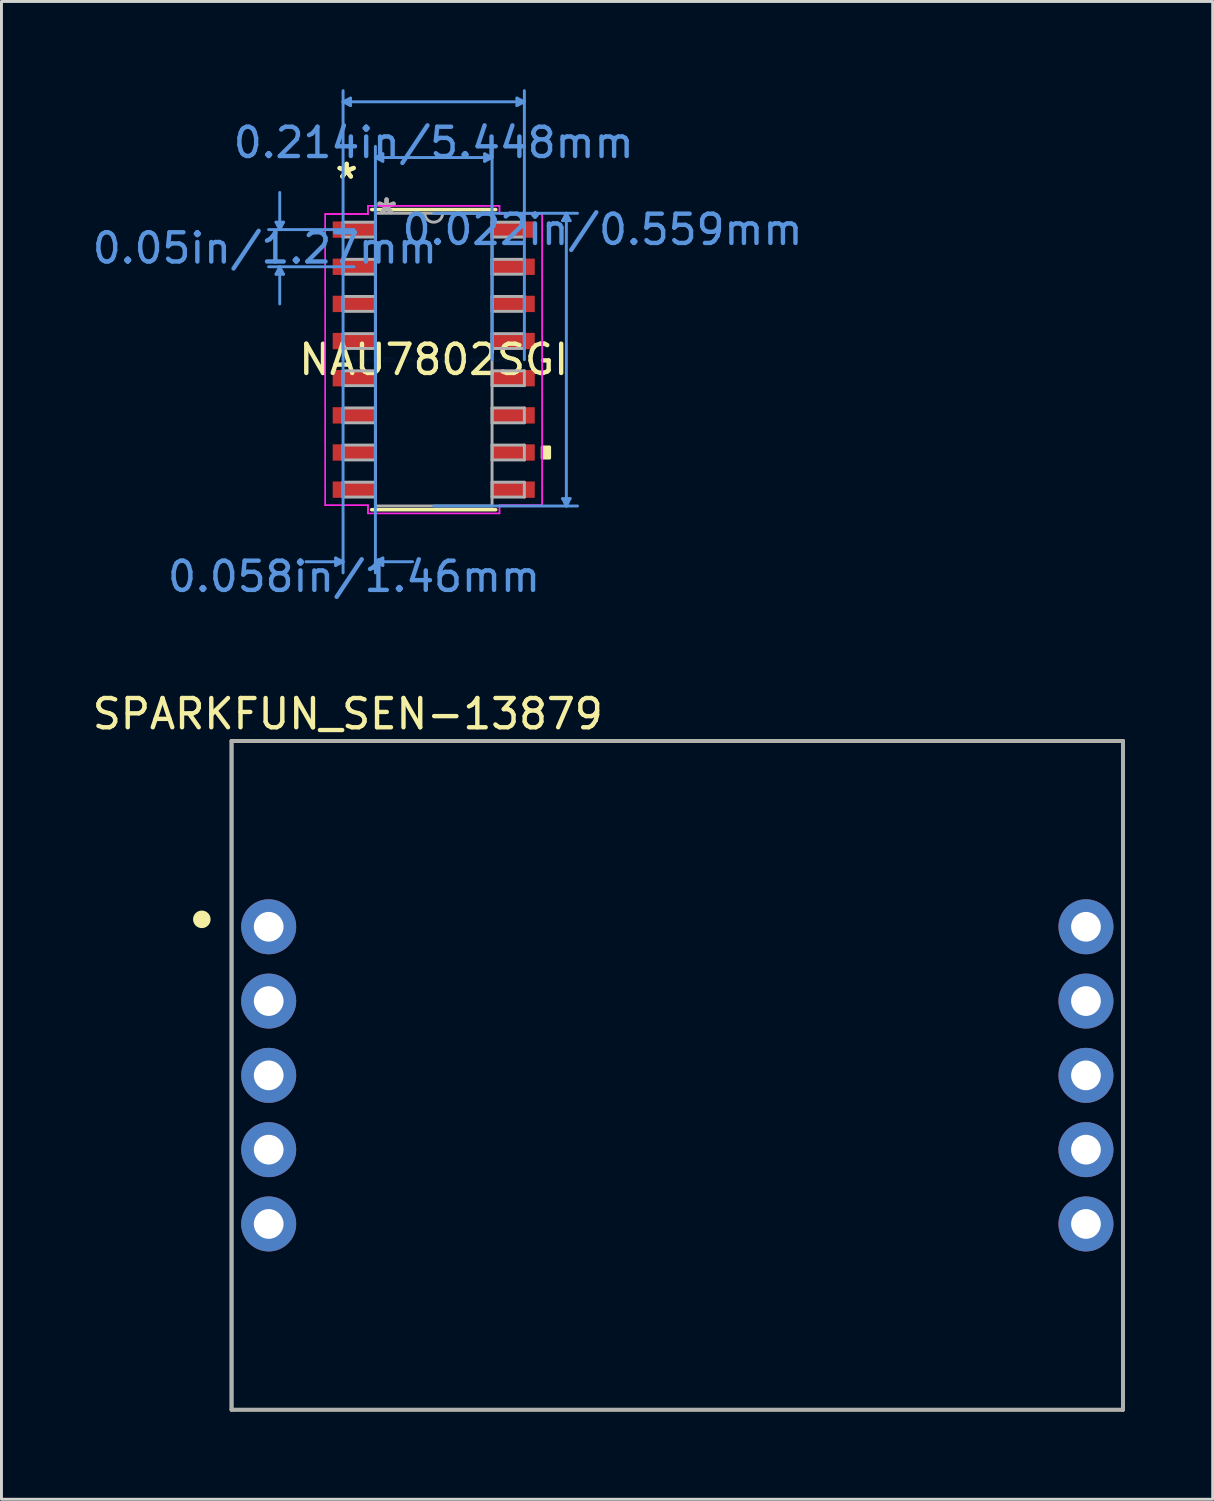
<source format=kicad_pcb>
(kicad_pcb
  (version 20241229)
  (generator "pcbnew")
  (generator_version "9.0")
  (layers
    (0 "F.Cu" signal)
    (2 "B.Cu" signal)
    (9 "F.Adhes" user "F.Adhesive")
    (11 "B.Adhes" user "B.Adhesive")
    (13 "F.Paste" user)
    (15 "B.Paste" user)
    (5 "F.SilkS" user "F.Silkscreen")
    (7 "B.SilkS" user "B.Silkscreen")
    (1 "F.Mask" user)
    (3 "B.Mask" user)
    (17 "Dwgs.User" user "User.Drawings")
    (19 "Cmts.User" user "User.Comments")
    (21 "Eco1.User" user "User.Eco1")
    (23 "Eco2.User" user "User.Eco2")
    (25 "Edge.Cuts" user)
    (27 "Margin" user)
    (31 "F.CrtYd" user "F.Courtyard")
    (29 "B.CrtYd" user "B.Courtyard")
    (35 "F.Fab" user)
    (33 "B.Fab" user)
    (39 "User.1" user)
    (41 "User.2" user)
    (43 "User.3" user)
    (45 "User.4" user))
  (footprint "SPARKFUN_SEN-13879"
    (layer "F.Cu")
    (at 20.106 33.714)
    (property "Reference" "SPARKFUN_SEN-13879" (at -11.266 -12.356 0) (layer "F.SilkS") (effects (font (size 1 1) (thickness 0.15))))
    (attr through_hole)
    (fp_line (start -15.24 -11.43) (end 15.24 -11.43) (stroke (width 0.127) (type solid)) (layer "F.SilkS"))
    (fp_line (start -15.24 11.43) (end -15.24 -11.43) (stroke (width 0.127) (type solid)) (layer "F.SilkS"))
    (fp_line (start 15.24 -11.43) (end 15.24 11.43) (stroke (width 0.127) (type solid)) (layer "F.SilkS"))
    (fp_line (start 15.24 11.43) (end -15.24 11.43) (stroke (width 0.127) (type solid)) (layer "F.SilkS"))
    (fp_circle (center -16.256 -5.334) (end -16.106 -5.334) (stroke (width 0.3) (type solid)) (fill no) (layer "F.SilkS"))
    (fp_line (start -15.24 -11.43) (end 15.24 -11.43) (stroke (width 0.127) (type solid)) (layer "F.Fab"))
    (fp_line (start -15.24 11.43) (end -15.24 -11.43) (stroke (width 0.127) (type solid)) (layer "F.Fab"))
    (fp_line (start 15.24 -11.43) (end 15.24 11.43) (stroke (width 0.127) (type solid)) (layer "F.Fab"))
    (fp_line (start 15.24 11.43) (end -15.24 11.43) (stroke (width 0.127) (type solid)) (layer "F.Fab"))
    (pad "1" thru_hole circle (at -13.97 -5.08) (size 1.88 1.88) (drill 1.016) (layers "*.Cu" "*.Mask"))
    (pad "2" thru_hole circle (at -13.97 -2.54) (size 1.88 1.88) (drill 1.016) (layers "*.Cu" "*.Mask"))
    (pad "3" thru_hole circle (at -13.97 0) (size 1.88 1.88) (drill 1.016) (layers "*.Cu" "*.Mask"))
    (pad "4" thru_hole circle (at -13.97 2.54) (size 1.88 1.88) (drill 1.016) (layers "*.Cu" "*.Mask"))
    (pad "5" thru_hole circle (at -13.97 5.08) (size 1.88 1.88) (drill 1.016) (layers "*.Cu" "*.Mask"))
    (pad "6" thru_hole circle (at 13.97 5.08) (size 1.88 1.88) (drill 1.016) (layers "*.Cu" "*.Mask"))
    (pad "7" thru_hole circle (at 13.97 2.54) (size 1.88 1.88) (drill 1.016) (layers "*.Cu" "*.Mask"))
    (pad "8" thru_hole circle (at 13.97 0) (size 1.88 1.88) (drill 1.016) (layers "*.Cu" "*.Mask"))
    (pad "9" thru_hole circle (at 13.97 -2.54) (size 1.88 1.88) (drill 1.016) (layers "*.Cu" "*.Mask"))
    (pad "10" thru_hole circle (at 13.97 -5.08) (size 1.88 1.88) (drill 1.016) (layers "*.Cu" "*.Mask")))
  (footprint "NAU7802SGI"
    (layer "F.Cu")
    (at 11.778 9.245)
    (property "Reference" "NAU7802SGI" (at 0 0 0) (layer "F.SilkS") (effects (font (size 1 1) (thickness 0.15))))
    (attr through_hole)
    (fp_line (start -2.121 5.131) (end 2.121 5.131) (stroke (width 0.12) (type solid)) (layer "F.SilkS"))
    (fp_line (start 2.121 -5.131) (end -2.121 -5.131) (stroke (width 0.12) (type solid)) (layer "F.SilkS"))
    (fp_poly (pts (xy 3.962 2.985) (xy 3.962 3.365) (xy 3.708 3.365) (xy 3.708 2.985)) (stroke (width 0.1) (type solid)) (fill yes) (layer "F.SilkS"))
    (fp_line (start -5.391 -4.699) (end -5.137 -4.699) (stroke (width 0.1) (type solid)) (layer "Cmts.User"))
    (fp_line (start -5.391 -2.921) (end -5.137 -2.921) (stroke (width 0.1) (type solid)) (layer "Cmts.User"))
    (fp_line (start -5.264 -4.445) (end -5.391 -4.699) (stroke (width 0.1) (type solid)) (layer "Cmts.User"))
    (fp_line (start -5.264 -4.445) (end -5.264 -5.715) (stroke (width 0.1) (type solid)) (layer "Cmts.User"))
    (fp_line (start -5.264 -4.445) (end -5.137 -4.699) (stroke (width 0.1) (type solid)) (layer "Cmts.User"))
    (fp_line (start -5.264 -3.175) (end -5.391 -2.921) (stroke (width 0.1) (type solid)) (layer "Cmts.User"))
    (fp_line (start -5.264 -3.175) (end -5.264 -1.905) (stroke (width 0.1) (type solid)) (layer "Cmts.User"))
    (fp_line (start -5.264 -3.175) (end -5.137 -2.921) (stroke (width 0.1) (type solid)) (layer "Cmts.User"))
    (fp_line (start -3.353 6.782) (end -3.353 7.036) (stroke (width 0.1) (type solid)) (layer "Cmts.User"))
    (fp_line (start -3.099 -8.814) (end -2.845 -8.941) (stroke (width 0.1) (type solid)) (layer "Cmts.User"))
    (fp_line (start -3.099 -8.814) (end -2.845 -8.687) (stroke (width 0.1) (type solid)) (layer "Cmts.User"))
    (fp_line (start -3.099 -8.814) (end 3.099 -8.814) (stroke (width 0.1) (type solid)) (layer "Cmts.User"))
    (fp_line (start -3.099 0) (end -3.099 -9.195) (stroke (width 0.1) (type solid)) (layer "Cmts.User"))
    (fp_line (start -3.099 0) (end -3.099 7.29) (stroke (width 0.1) (type solid)) (layer "Cmts.User"))
    (fp_line (start -3.099 6.909) (end -4.369 6.909) (stroke (width 0.1) (type solid)) (layer "Cmts.User"))
    (fp_line (start -3.099 6.909) (end -3.353 6.782) (stroke (width 0.1) (type solid)) (layer "Cmts.User"))
    (fp_line (start -3.099 6.909) (end -3.353 7.036) (stroke (width 0.1) (type solid)) (layer "Cmts.User"))
    (fp_line (start -2.845 -8.941) (end -2.845 -8.687) (stroke (width 0.1) (type solid)) (layer "Cmts.User"))
    (fp_line (start -2.724 -4.445) (end -5.645 -4.445) (stroke (width 0.1) (type solid)) (layer "Cmts.User"))
    (fp_line (start -2.724 -3.175) (end -5.645 -3.175) (stroke (width 0.1) (type solid)) (layer "Cmts.User"))
    (fp_line (start -1.994 -6.909) (end -1.74 -7.036) (stroke (width 0.1) (type solid)) (layer "Cmts.User"))
    (fp_line (start -1.994 -6.909) (end -1.74 -6.782) (stroke (width 0.1) (type solid)) (layer "Cmts.User"))
    (fp_line (start -1.994 -6.909) (end 1.994 -6.909) (stroke (width 0.1) (type solid)) (layer "Cmts.User"))
    (fp_line (start -1.994 0) (end -1.994 -7.29) (stroke (width 0.1) (type solid)) (layer "Cmts.User"))
    (fp_line (start -1.994 0) (end -1.994 7.29) (stroke (width 0.1) (type solid)) (layer "Cmts.User"))
    (fp_line (start -1.994 6.909) (end -1.74 6.782) (stroke (width 0.1) (type solid)) (layer "Cmts.User"))
    (fp_line (start -1.994 6.909) (end -1.74 7.036) (stroke (width 0.1) (type solid)) (layer "Cmts.User"))
    (fp_line (start -1.994 6.909) (end -0.724 6.909) (stroke (width 0.1) (type solid)) (layer "Cmts.User"))
    (fp_line (start -1.74 -7.036) (end -1.74 -6.782) (stroke (width 0.1) (type solid)) (layer "Cmts.User"))
    (fp_line (start -1.74 6.782) (end -1.74 7.036) (stroke (width 0.1) (type solid)) (layer "Cmts.User"))
    (fp_line (start 0 -5.004) (end 4.915 -5.004) (stroke (width 0.1) (type solid)) (layer "Cmts.User"))
    (fp_line (start 0 5.004) (end 4.915 5.004) (stroke (width 0.1) (type solid)) (layer "Cmts.User"))
    (fp_line (start 1.74 -7.036) (end 1.74 -6.782) (stroke (width 0.1) (type solid)) (layer "Cmts.User"))
    (fp_line (start 1.994 -6.909) (end 1.74 -7.036) (stroke (width 0.1) (type solid)) (layer "Cmts.User"))
    (fp_line (start 1.994 -6.909) (end 1.74 -6.782) (stroke (width 0.1) (type solid)) (layer "Cmts.User"))
    (fp_line (start 1.994 0) (end 1.994 -7.29) (stroke (width 0.1) (type solid)) (layer "Cmts.User"))
    (fp_line (start 2.845 -8.941) (end 2.845 -8.687) (stroke (width 0.1) (type solid)) (layer "Cmts.User"))
    (fp_line (start 3.099 -8.814) (end 2.845 -8.941) (stroke (width 0.1) (type solid)) (layer "Cmts.User"))
    (fp_line (start 3.099 -8.814) (end 2.845 -8.687) (stroke (width 0.1) (type solid)) (layer "Cmts.User"))
    (fp_line (start 3.099 0) (end 3.099 -9.195) (stroke (width 0.1) (type solid)) (layer "Cmts.User"))
    (fp_line (start 4.407 -4.75) (end 4.661 -4.75) (stroke (width 0.1) (type solid)) (layer "Cmts.User"))
    (fp_line (start 4.407 4.75) (end 4.661 4.75) (stroke (width 0.1) (type solid)) (layer "Cmts.User"))
    (fp_line (start 4.534 -5.004) (end 4.407 -4.75) (stroke (width 0.1) (type solid)) (layer "Cmts.User"))
    (fp_line (start 4.534 -5.004) (end 4.534 5.004) (stroke (width 0.1) (type solid)) (layer "Cmts.User"))
    (fp_line (start 4.534 -5.004) (end 4.661 -4.75) (stroke (width 0.1) (type solid)) (layer "Cmts.User"))
    (fp_line (start 4.534 5.004) (end 4.407 4.75) (stroke (width 0.1) (type solid)) (layer "Cmts.User"))
    (fp_line (start 4.534 5.004) (end 4.661 4.75) (stroke (width 0.1) (type solid)) (layer "Cmts.User"))
    (fp_line (start -3.708 -4.978) (end -2.248 -4.978) (stroke (width 0.05) (type solid)) (layer "F.CrtYd"))
    (fp_line (start -3.708 -4.978) (end -2.248 -4.978) (stroke (width 0.05) (type solid)) (layer "F.CrtYd"))
    (fp_line (start -3.708 4.978) (end -3.708 -4.978) (stroke (width 0.05) (type solid)) (layer "F.CrtYd"))
    (fp_line (start -3.708 4.978) (end -3.708 -4.978) (stroke (width 0.05) (type solid)) (layer "F.CrtYd"))
    (fp_line (start -3.708 4.978) (end -2.248 4.978) (stroke (width 0.05) (type solid)) (layer "F.CrtYd"))
    (fp_line (start -2.248 -5.258) (end 2.248 -5.258) (stroke (width 0.05) (type solid)) (layer "F.CrtYd"))
    (fp_line (start -2.248 -5.258) (end 2.248 -5.258) (stroke (width 0.05) (type solid)) (layer "F.CrtYd"))
    (fp_line (start -2.248 -4.978) (end -2.248 -5.258) (stroke (width 0.05) (type solid)) (layer "F.CrtYd"))
    (fp_line (start -2.248 -4.978) (end -2.248 -5.258) (stroke (width 0.05) (type solid)) (layer "F.CrtYd"))
    (fp_line (start -2.248 4.978) (end -3.708 4.978) (stroke (width 0.05) (type solid)) (layer "F.CrtYd"))
    (fp_line (start -2.248 5.258) (end -2.248 4.978) (stroke (width 0.05) (type solid)) (layer "F.CrtYd"))
    (fp_line (start -2.248 5.258) (end -2.248 4.978) (stroke (width 0.05) (type solid)) (layer "F.CrtYd"))
    (fp_line (start 2.248 -5.258) (end 2.248 -4.978) (stroke (width 0.05) (type solid)) (layer "F.CrtYd"))
    (fp_line (start 2.248 -5.258) (end 2.248 -4.978) (stroke (width 0.05) (type solid)) (layer "F.CrtYd"))
    (fp_line (start 2.248 -4.978) (end 3.708 -4.978) (stroke (width 0.05) (type solid)) (layer "F.CrtYd"))
    (fp_line (start 2.248 4.978) (end 2.248 5.258) (stroke (width 0.05) (type solid)) (layer "F.CrtYd"))
    (fp_line (start 2.248 4.978) (end 2.248 5.258) (stroke (width 0.05) (type solid)) (layer "F.CrtYd"))
    (fp_line (start 2.248 5.258) (end -2.248 5.258) (stroke (width 0.05) (type solid)) (layer "F.CrtYd"))
    (fp_line (start 2.248 5.258) (end -2.248 5.258) (stroke (width 0.05) (type solid)) (layer "F.CrtYd"))
    (fp_line (start 3.708 -4.978) (end 2.248 -4.978) (stroke (width 0.05) (type solid)) (layer "F.CrtYd"))
    (fp_line (start 3.708 -4.978) (end 3.708 4.978) (stroke (width 0.05) (type solid)) (layer "F.CrtYd"))
    (fp_line (start 3.708 -4.978) (end 3.708 4.978) (stroke (width 0.05) (type solid)) (layer "F.CrtYd"))
    (fp_line (start 3.708 4.978) (end 2.248 4.978) (stroke (width 0.05) (type solid)) (layer "F.CrtYd"))
    (fp_line (start 3.708 4.978) (end 2.248 4.978) (stroke (width 0.05) (type solid)) (layer "F.CrtYd"))
    (fp_line (start -3.099 -4.699) (end -3.099 -4.191) (stroke (width 0.1) (type solid)) (layer "F.Fab"))
    (fp_line (start -3.099 -4.191) (end -1.994 -4.191) (stroke (width 0.1) (type solid)) (layer "F.Fab"))
    (fp_line (start -3.099 -3.429) (end -3.099 -2.921) (stroke (width 0.1) (type solid)) (layer "F.Fab"))
    (fp_line (start -3.099 -2.921) (end -1.994 -2.921) (stroke (width 0.1) (type solid)) (layer "F.Fab"))
    (fp_line (start -3.099 -2.159) (end -3.099 -1.651) (stroke (width 0.1) (type solid)) (layer "F.Fab"))
    (fp_line (start -3.099 -1.651) (end -1.994 -1.651) (stroke (width 0.1) (type solid)) (layer "F.Fab"))
    (fp_line (start -3.099 -0.889) (end -3.099 -0.381) (stroke (width 0.1) (type solid)) (layer "F.Fab"))
    (fp_line (start -3.099 -0.381) (end -1.994 -0.381) (stroke (width 0.1) (type solid)) (layer "F.Fab"))
    (fp_line (start -3.099 0.381) (end -3.099 0.889) (stroke (width 0.1) (type solid)) (layer "F.Fab"))
    (fp_line (start -3.099 0.889) (end -1.994 0.889) (stroke (width 0.1) (type solid)) (layer "F.Fab"))
    (fp_line (start -3.099 1.651) (end -3.099 2.159) (stroke (width 0.1) (type solid)) (layer "F.Fab"))
    (fp_line (start -3.099 2.159) (end -1.994 2.159) (stroke (width 0.1) (type solid)) (layer "F.Fab"))
    (fp_line (start -3.099 2.921) (end -3.099 3.429) (stroke (width 0.1) (type solid)) (layer "F.Fab"))
    (fp_line (start -3.099 3.429) (end -1.994 3.429) (stroke (width 0.1) (type solid)) (layer "F.Fab"))
    (fp_line (start -3.099 4.191) (end -3.099 4.699) (stroke (width 0.1) (type solid)) (layer "F.Fab"))
    (fp_line (start -3.099 4.699) (end -1.994 4.699) (stroke (width 0.1) (type solid)) (layer "F.Fab"))
    (fp_line (start -1.994 -5.004) (end -1.994 5.004) (stroke (width 0.1) (type solid)) (layer "F.Fab"))
    (fp_line (start -1.994 -4.699) (end -3.099 -4.699) (stroke (width 0.1) (type solid)) (layer "F.Fab"))
    (fp_line (start -1.994 -4.191) (end -1.994 -4.699) (stroke (width 0.1) (type solid)) (layer "F.Fab"))
    (fp_line (start -1.994 -3.429) (end -3.099 -3.429) (stroke (width 0.1) (type solid)) (layer "F.Fab"))
    (fp_line (start -1.994 -2.921) (end -1.994 -3.429) (stroke (width 0.1) (type solid)) (layer "F.Fab"))
    (fp_line (start -1.994 -2.159) (end -3.099 -2.159) (stroke (width 0.1) (type solid)) (layer "F.Fab"))
    (fp_line (start -1.994 -1.651) (end -1.994 -2.159) (stroke (width 0.1) (type solid)) (layer "F.Fab"))
    (fp_line (start -1.994 -0.889) (end -3.099 -0.889) (stroke (width 0.1) (type solid)) (layer "F.Fab"))
    (fp_line (start -1.994 -0.381) (end -1.994 -0.889) (stroke (width 0.1) (type solid)) (layer "F.Fab"))
    (fp_line (start -1.994 0.381) (end -3.099 0.381) (stroke (width 0.1) (type solid)) (layer "F.Fab"))
    (fp_line (start -1.994 0.889) (end -1.994 0.381) (stroke (width 0.1) (type solid)) (layer "F.Fab"))
    (fp_line (start -1.994 1.651) (end -3.099 1.651) (stroke (width 0.1) (type solid)) (layer "F.Fab"))
    (fp_line (start -1.994 2.159) (end -1.994 1.651) (stroke (width 0.1) (type solid)) (layer "F.Fab"))
    (fp_line (start -1.994 2.921) (end -3.099 2.921) (stroke (width 0.1) (type solid)) (layer "F.Fab"))
    (fp_line (start -1.994 3.429) (end -1.994 2.921) (stroke (width 0.1) (type solid)) (layer "F.Fab"))
    (fp_line (start -1.994 4.191) (end -3.099 4.191) (stroke (width 0.1) (type solid)) (layer "F.Fab"))
    (fp_line (start -1.994 4.699) (end -1.994 4.191) (stroke (width 0.1) (type solid)) (layer "F.Fab"))
    (fp_line (start -1.994 5.004) (end 1.994 5.004) (stroke (width 0.1) (type solid)) (layer "F.Fab"))
    (fp_line (start 1.994 -5.004) (end -1.994 -5.004) (stroke (width 0.1) (type solid)) (layer "F.Fab"))
    (fp_line (start 1.994 -4.699) (end 1.994 -4.191) (stroke (width 0.1) (type solid)) (layer "F.Fab"))
    (fp_line (start 1.994 -4.191) (end 3.099 -4.191) (stroke (width 0.1) (type solid)) (layer "F.Fab"))
    (fp_line (start 1.994 -3.429) (end 1.994 -2.921) (stroke (width 0.1) (type solid)) (layer "F.Fab"))
    (fp_line (start 1.994 -2.921) (end 3.099 -2.921) (stroke (width 0.1) (type solid)) (layer "F.Fab"))
    (fp_line (start 1.994 -2.159) (end 1.994 -1.651) (stroke (width 0.1) (type solid)) (layer "F.Fab"))
    (fp_line (start 1.994 -1.651) (end 3.099 -1.651) (stroke (width 0.1) (type solid)) (layer "F.Fab"))
    (fp_line (start 1.994 -0.889) (end 1.994 -0.381) (stroke (width 0.1) (type solid)) (layer "F.Fab"))
    (fp_line (start 1.994 -0.381) (end 3.099 -0.381) (stroke (width 0.1) (type solid)) (layer "F.Fab"))
    (fp_line (start 1.994 0.381) (end 1.994 0.889) (stroke (width 0.1) (type solid)) (layer "F.Fab"))
    (fp_line (start 1.994 0.889) (end 3.099 0.889) (stroke (width 0.1) (type solid)) (layer "F.Fab"))
    (fp_line (start 1.994 1.651) (end 1.994 2.159) (stroke (width 0.1) (type solid)) (layer "F.Fab"))
    (fp_line (start 1.994 2.159) (end 3.099 2.159) (stroke (width 0.1) (type solid)) (layer "F.Fab"))
    (fp_line (start 1.994 2.921) (end 1.994 3.429) (stroke (width 0.1) (type solid)) (layer "F.Fab"))
    (fp_line (start 1.994 3.429) (end 3.099 3.429) (stroke (width 0.1) (type solid)) (layer "F.Fab"))
    (fp_line (start 1.994 4.191) (end 1.994 4.699) (stroke (width 0.1) (type solid)) (layer "F.Fab"))
    (fp_line (start 1.994 4.699) (end 3.099 4.699) (stroke (width 0.1) (type solid)) (layer "F.Fab"))
    (fp_line (start 1.994 5.004) (end 1.994 -5.004) (stroke (width 0.1) (type solid)) (layer "F.Fab"))
    (fp_line (start 3.099 -4.699) (end 1.994 -4.699) (stroke (width 0.1) (type solid)) (layer "F.Fab"))
    (fp_line (start 3.099 -4.191) (end 3.099 -4.699) (stroke (width 0.1) (type solid)) (layer "F.Fab"))
    (fp_line (start 3.099 -3.429) (end 1.994 -3.429) (stroke (width 0.1) (type solid)) (layer "F.Fab"))
    (fp_line (start 3.099 -2.921) (end 3.099 -3.429) (stroke (width 0.1) (type solid)) (layer "F.Fab"))
    (fp_line (start 3.099 -2.159) (end 1.994 -2.159) (stroke (width 0.1) (type solid)) (layer "F.Fab"))
    (fp_line (start 3.099 -1.651) (end 3.099 -2.159) (stroke (width 0.1) (type solid)) (layer "F.Fab"))
    (fp_line (start 3.099 -0.889) (end 1.994 -0.889) (stroke (width 0.1) (type solid)) (layer "F.Fab"))
    (fp_line (start 3.099 -0.381) (end 3.099 -0.889) (stroke (width 0.1) (type solid)) (layer "F.Fab"))
    (fp_line (start 3.099 0.381) (end 1.994 0.381) (stroke (width 0.1) (type solid)) (layer "F.Fab"))
    (fp_line (start 3.099 0.889) (end 3.099 0.381) (stroke (width 0.1) (type solid)) (layer "F.Fab"))
    (fp_line (start 3.099 1.651) (end 1.994 1.651) (stroke (width 0.1) (type solid)) (layer "F.Fab"))
    (fp_line (start 3.099 2.159) (end 3.099 1.651) (stroke (width 0.1) (type solid)) (layer "F.Fab"))
    (fp_line (start 3.099 2.921) (end 1.994 2.921) (stroke (width 0.1) (type solid)) (layer "F.Fab"))
    (fp_line (start 3.099 3.429) (end 3.099 2.921) (stroke (width 0.1) (type solid)) (layer "F.Fab"))
    (fp_line (start 3.099 4.191) (end 1.994 4.191) (stroke (width 0.1) (type solid)) (layer "F.Fab"))
    (fp_line (start 3.099 4.699) (end 3.099 4.191) (stroke (width 0.1) (type solid)) (layer "F.Fab"))
    (fp_arc (start 0.3048 -5.0038) (mid 0 -4.699) (end -0.3048 -5.0038) (stroke (width 0.1) (type solid)) (layer "F.Fab"))
    (fp_text user "*" (at -2.978 -6.147 0) (layer "F.SilkS") (effects (font (size 1 1) (thickness 0.15))))
    (fp_text user "*" (at -2.978 -6.147 0) (layer "F.SilkS") (effects (font (size 1 1) (thickness 0.15))))
    (fp_text user "0.214in/5.448mm" (at 0 -7.417 0) (layer "Cmts.User") (effects (font (size 1 1) (thickness 0.15))))
    (fp_text user "0.058in/1.46mm" (at -2.724 7.417 0) (layer "Cmts.User") (effects (font (size 1 1) (thickness 0.15))))
    (fp_text user "0.022in/0.559mm" (at 5.772 -4.445 0) (layer "Cmts.User") (effects (font (size 1 1) (thickness 0.15))))
    (fp_text user "Copyright 2021 Accelerated Designs. All rights reserved." (at 0 0 0) (layer "Cmts.User") (effects (font (size 0.127 0.127) (thickness 0.002))))
    (fp_text user "0.05in/1.27mm" (at -5.772 -3.81 0) (layer "Cmts.User") (effects (font (size 1 1) (thickness 0.15))))
    (fp_text user "*" (at -1.613 -4.928 0) (layer "F.Fab") (effects (font (size 1 1) (thickness 0.15))))
    (fp_text user "*" (at -1.613 -4.928 0) (layer "F.Fab") (effects (font (size 1 1) (thickness 0.15))))
    (pad "1" smd rect (at -2.724 -4.445) (size 1.46 0.559) (layers "F.Cu" "F.Mask" "F.Paste"))
    (pad "2" smd rect (at -2.724 -3.175) (size 1.46 0.559) (layers "F.Cu" "F.Mask" "F.Paste"))
    (pad "3" smd rect (at -2.724 -1.905) (size 1.46 0.559) (layers "F.Cu" "F.Mask" "F.Paste"))
    (pad "4" smd rect (at -2.724 -0.635) (size 1.46 0.559) (layers "F.Cu" "F.Mask" "F.Paste"))
    (pad "5" smd rect (at -2.724 0.635) (size 1.46 0.559) (layers "F.Cu" "F.Mask" "F.Paste"))
    (pad "6" smd rect (at -2.724 1.905) (size 1.46 0.559) (layers "F.Cu" "F.Mask" "F.Paste"))
    (pad "7" smd rect (at -2.724 3.175) (size 1.46 0.559) (layers "F.Cu" "F.Mask" "F.Paste"))
    (pad "8" smd rect (at -2.724 4.445) (size 1.46 0.559) (layers "F.Cu" "F.Mask" "F.Paste"))
    (pad "9" smd rect (at 2.724 4.445) (size 1.46 0.559) (layers "F.Cu" "F.Mask" "F.Paste"))
    (pad "10" smd rect (at 2.724 3.175) (size 1.46 0.559) (layers "F.Cu" "F.Mask" "F.Paste"))
    (pad "11" smd rect (at 2.724 1.905) (size 1.46 0.559) (layers "F.Cu" "F.Mask" "F.Paste"))
    (pad "12" smd rect (at 2.724 0.635) (size 1.46 0.559) (layers "F.Cu" "F.Mask" "F.Paste"))
    (pad "13" smd rect (at 2.724 -0.635) (size 1.46 0.559) (layers "F.Cu" "F.Mask" "F.Paste"))
    (pad "14" smd rect (at 2.724 -1.905) (size 1.46 0.559) (layers "F.Cu" "F.Mask" "F.Paste"))
    (pad "15" smd rect (at 2.724 -3.175) (size 1.46 0.559) (layers "F.Cu" "F.Mask" "F.Paste"))
    (pad "16" smd rect (at 2.724 -4.445) (size 1.46 0.559) (layers "F.Cu" "F.Mask" "F.Paste")))
  (gr_rect
    (start -3 -3)
    (end 38.409 48.207)
    (stroke (width 0.1) (type default))
    (fill no)
    (layer "Edge.Cuts")))
</source>
